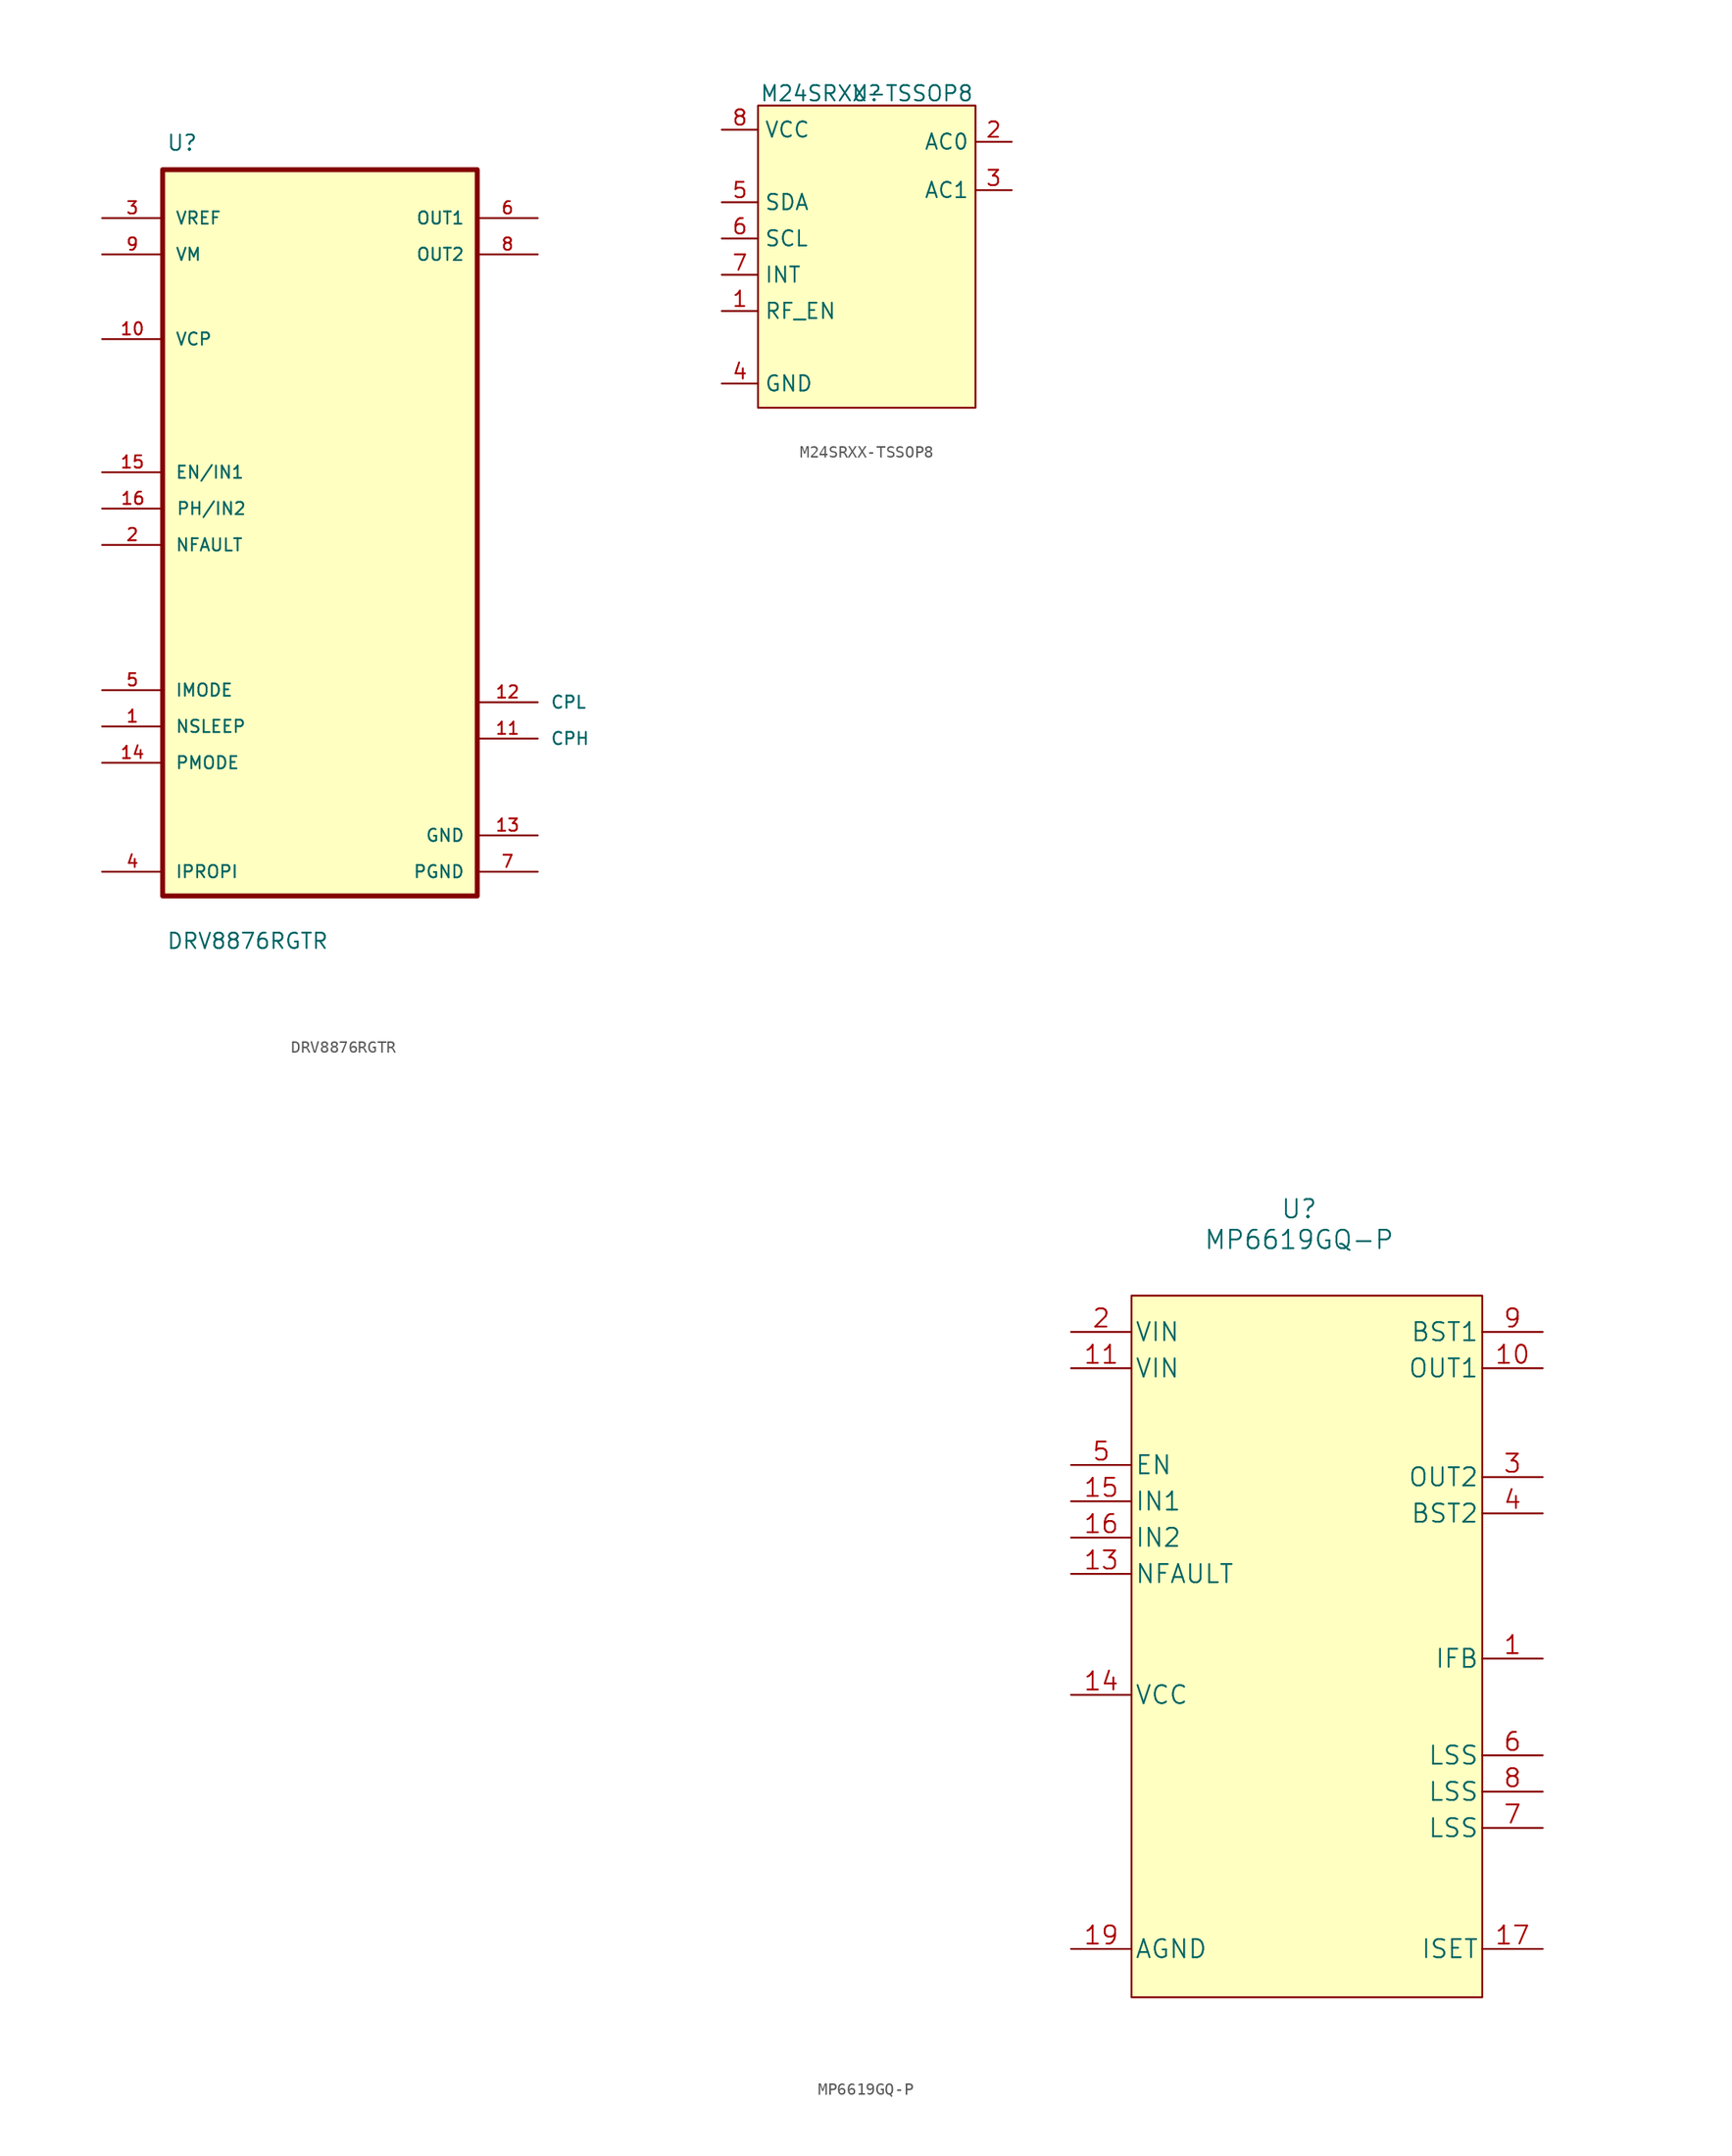
<source format=kicad_sym>
(kicad_symbol_lib
  (version 20211014)
  (generator kicad_symbol_editor)
  (symbol "DRV8876RGTR"
    (pin_names
      (offset 1.016))
    (property "Reference" "U"
      (at -12.7 31.471 0)
      (effects (font (size 1.27 1.27)) (justify left bottom)))
    (property "Value" "DRV8876RGTR"
      (at -12.7 -34.468 0)
      (effects (font (size 1.27 1.27)) (justify left bottom)))
    (symbol "DRV8876RGTR_0_0"
      (rectangle (start -13 30) (end 13 -30) (stroke (width 0.406) (type default) (color 0 0 0 0)) (fill (type background)))
      (pin passive line (at -18 -16 0) (length 5) (name "NSLEEP" (effects (font (size 1.016 1.016)))) (number "1" (effects (font (size 1.016 1.016)))))
      (pin passive line (at -18 16 0) (length 5) (name "VCP" (effects (font (size 1.016 1.016)))) (number "10" (effects (font (size 1.016 1.016)))))
      (pin passive line (at 13 -17 0) (length 5) (name "CPH" (effects (font (size 1.016 1.016)))) (number "11" (effects (font (size 1.016 1.016)))))
      (pin passive line (at 13 -14 0) (length 5) (name "CPL" (effects (font (size 1.016 1.016)))) (number "12" (effects (font (size 1.016 1.016)))))
      (pin passive line (at 18 -25 180) (length 5) (name "GND" (effects (font (size 1.016 1.016)))) (number "13" (effects (font (size 1.016 1.016)))))
      (pin passive line (at -18 -19 0) (length 5) (name "PMODE" (effects (font (size 1.016 1.016)))) (number "14" (effects (font (size 1.016 1.016)))))
      (pin passive line (at -18 5 0) (length 5) (name "EN/IN1" (effects (font (size 1.016 1.016)))) (number "15" (effects (font (size 1.016 1.016)))))
      (pin passive line (at -18 2 0) (length 5.08) (name "PH/IN2" (effects (font (size 1.016 1.016)))) (number "16" (effects (font (size 1.016 1.016)))))
      (pin passive line (at -18 -1 0) (length 5) (name "NFAULT" (effects (font (size 1.016 1.016)))) (number "2" (effects (font (size 1.016 1.016)))))
      (pin passive line (at -18 26 0) (length 5) (name "VREF" (effects (font (size 1.016 1.016)))) (number "3" (effects (font (size 1.016 1.016)))))
      (pin passive line (at -18 -28 0) (length 5) (name "IPROPI" (effects (font (size 1.016 1.016)))) (number "4" (effects (font (size 1.016 1.016)))))
      (pin passive line (at -18 -13 0) (length 5) (name "IMODE" (effects (font (size 1.016 1.016)))) (number "5" (effects (font (size 1.016 1.016)))))
      (pin passive line (at 18 26 180) (length 5) (name "OUT1" (effects (font (size 1.016 1.016)))) (number "6" (effects (font (size 1.016 1.016)))))
      (pin passive line (at 18 -28 180) (length 5) (name "PGND" (effects (font (size 1.016 1.016)))) (number "7" (effects (font (size 1.016 1.016)))))
      (pin passive line (at 18 23 180) (length 5) (name "OUT2" (effects (font (size 1.016 1.016)))) (number "8" (effects (font (size 1.016 1.016)))))
      (pin passive line (at -18 23 0) (length 5) (name "VM" (effects (font (size 1.016 1.016)))) (number "9" (effects (font (size 1.016 1.016)))))))
  (symbol "M24SRXX-TSSOP8"
    (property "Reference" "U"
      (at 0 0 0)
      (effects (font (size 1.27 1.27))))
    (property "Value" "M24SRXX-TSSOP8"
      (at 0 0 0)
      (effects (font (size 1.27 1.27))))
    (symbol "M24SRXX-TSSOP8_0_1"
      (rectangle (start -9 -1) (end 9 -26) (stroke (width 0) (type default) (color 0 0 0 0)) (fill (type background))))
    (symbol "M24SRXX-TSSOP8_1_1"
      (pin passive line (at -12 -18 0) (length 3) (name "RF_EN" (effects (font (size 1.27 1.27)))) (number "1" (effects (font (size 1.27 1.27)))))
      (pin passive line (at 12 -4 180) (length 3) (name "AC0" (effects (font (size 1.27 1.27)))) (number "2" (effects (font (size 1.27 1.27)))))
      (pin passive line (at 12 -8 180) (length 3) (name "AC1" (effects (font (size 1.27 1.27)))) (number "3" (effects (font (size 1.27 1.27)))))
      (pin passive line (at -12 -24 0) (length 3) (name "GND" (effects (font (size 1.27 1.27)))) (number "4" (effects (font (size 1.27 1.27)))))
      (pin passive line (at -12 -9 0) (length 3) (name "SDA" (effects (font (size 1.27 1.27)))) (number "5" (effects (font (size 1.27 1.27)))))
      (pin passive line (at -12 -12 0) (length 3) (name "SCL" (effects (font (size 1.27 1.27)))) (number "6" (effects (font (size 1.27 1.27)))))
      (pin passive line (at -12 -15 0) (length 3) (name "INT" (effects (font (size 1.27 1.27)))) (number "7" (effects (font (size 1.27 1.27)))))
      (pin passive line (at -12 -3 0) (length 3) (name "VCC" (effects (font (size 1.27 1.27)))) (number "8" (effects (font (size 1.27 1.27)))))))
  (symbol "MP6619GQ-P"
    (pin_names
      (offset 0.254))
    (property "Reference" "U"
      (at -1.14 58.16 0)
      (effects (font (size 1.524 1.524))))
    (property "Value" "MP6619GQ-P"
      (at -1.14 55.62 0)
      (effects (font (size 1.524 1.524))))
    (property "Datasheet" ""
      (at -93 51 0)
      (effects (font (size 1.524 1.524))))
    (symbol "MP6619GQ-P_1_1"
      (rectangle (start -15 51) (end 14 -7) (stroke (width 0) (type default) (color 0 0 0 0)) (fill (type background)))
      (pin passive line (at 19 21 180) (length 5) (name "IFB" (effects (font (size 1.499 1.499)))) (number "1" (effects (font (size 1.499 1.499)))))
      (pin passive line (at 19 45 180) (length 5) (name "OUT1" (effects (font (size 1.499 1.499)))) (number "10" (effects (font (size 1.499 1.499)))))
      (pin passive line (at -20 45 0) (length 5) (name "VIN" (effects (font (size 1.499 1.499)))) (number "11" (effects (font (size 1.499 1.499)))))
      (pin passive line (at -20 28 0) (length 5) (name "NFAULT" (effects (font (size 1.499 1.499)))) (number "13" (effects (font (size 1.499 1.499)))))
      (pin passive line (at -20 18 0) (length 5) (name "VCC" (effects (font (size 1.499 1.499)))) (number "14" (effects (font (size 1.499 1.499)))))
      (pin passive line (at -20 34 0) (length 5) (name "IN1" (effects (font (size 1.499 1.499)))) (number "15" (effects (font (size 1.499 1.499)))))
      (pin passive line (at -20 31 0) (length 5) (name "IN2" (effects (font (size 1.499 1.499)))) (number "16" (effects (font (size 1.499 1.499)))))
      (pin passive line (at 19 -3 180) (length 5) (name "ISET" (effects (font (size 1.499 1.499)))) (number "17" (effects (font (size 1.499 1.499)))))
      (pin passive line (at -20 -3 0) (length 5) (name "AGND" (effects (font (size 1.499 1.499)))) (number "19" (effects (font (size 1.499 1.499)))))
      (pin passive line (at -20 48 0) (length 5) (name "VIN" (effects (font (size 1.499 1.499)))) (number "2" (effects (font (size 1.499 1.499)))))
      (pin passive line (at 19 36 180) (length 5) (name "OUT2" (effects (font (size 1.499 1.499)))) (number "3" (effects (font (size 1.499 1.499)))))
      (pin passive line (at 19 33 180) (length 5) (name "BST2" (effects (font (size 1.499 1.499)))) (number "4" (effects (font (size 1.499 1.499)))))
      (pin passive line (at -20 37 0) (length 5) (name "EN" (effects (font (size 1.499 1.499)))) (number "5" (effects (font (size 1.499 1.499)))))
      (pin passive line (at 19 13 180) (length 5) (name "LSS" (effects (font (size 1.499 1.499)))) (number "6" (effects (font (size 1.499 1.499)))))
      (pin passive line (at 19 7 180) (length 5) (name "LSS" (effects (font (size 1.499 1.499)))) (number "7" (effects (font (size 1.499 1.499)))))
      (pin passive line (at 19 10 180) (length 5) (name "LSS" (effects (font (size 1.499 1.499)))) (number "8" (effects (font (size 1.499 1.499)))))
      (pin passive line (at 19 48 180) (length 5) (name "BST1" (effects (font (size 1.499 1.499)))) (number "9" (effects (font (size 1.499 1.499))))))))
</source>
